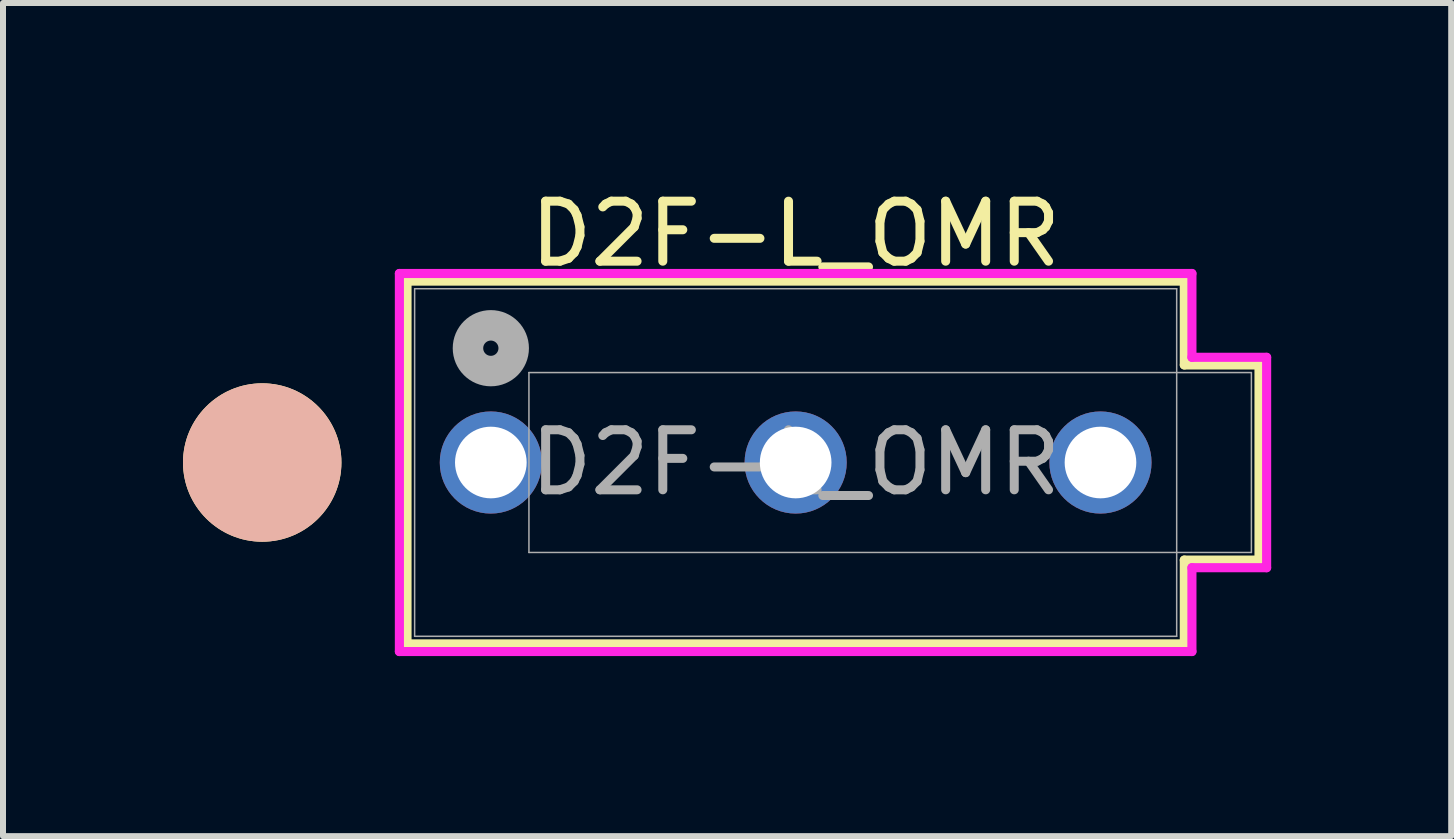
<source format=kicad_pcb>
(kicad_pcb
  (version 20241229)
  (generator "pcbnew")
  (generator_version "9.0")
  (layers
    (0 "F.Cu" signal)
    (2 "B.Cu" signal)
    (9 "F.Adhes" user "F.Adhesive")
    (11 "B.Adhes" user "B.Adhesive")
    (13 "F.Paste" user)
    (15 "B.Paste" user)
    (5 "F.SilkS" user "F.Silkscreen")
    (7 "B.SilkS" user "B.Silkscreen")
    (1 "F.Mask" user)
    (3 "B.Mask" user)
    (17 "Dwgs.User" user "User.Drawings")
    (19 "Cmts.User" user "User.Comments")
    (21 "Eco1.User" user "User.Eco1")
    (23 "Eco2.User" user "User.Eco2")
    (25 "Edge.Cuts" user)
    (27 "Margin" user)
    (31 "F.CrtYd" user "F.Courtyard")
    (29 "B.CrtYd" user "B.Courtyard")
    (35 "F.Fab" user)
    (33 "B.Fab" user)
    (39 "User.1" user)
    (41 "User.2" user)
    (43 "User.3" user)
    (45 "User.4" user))
  (footprint "D2F-L_OMR"
    (layer "F.Cu")
    (at 5.13 4.658)
    (property "Reference" "D2F-L_OMR" (at 5.08 -3.81 0) (unlocked yes) (layer "F.SilkS") (effects (font (size 1 1) (thickness 0.15))))
    (attr through_hole)
    (fp_line (start -1.397 -3.023) (end 11.557 -3.023) (stroke (width 0.152) (type solid)) (layer "F.SilkS"))
    (fp_line (start -1.397 3.023) (end -1.397 -3.023) (stroke (width 0.152) (type solid)) (layer "F.SilkS"))
    (fp_line (start 11.557 -3.023) (end 11.557 -1.626) (stroke (width 0.152) (type solid)) (layer "F.SilkS"))
    (fp_line (start 11.557 -1.626) (end 12.802 -1.626) (stroke (width 0.152) (type solid)) (layer "F.SilkS"))
    (fp_line (start 11.557 1.626) (end 11.557 3.023) (stroke (width 0.152) (type solid)) (layer "F.SilkS"))
    (fp_line (start 11.557 3.023) (end -1.397 3.023) (stroke (width 0.152) (type solid)) (layer "F.SilkS"))
    (fp_line (start 12.802 -1.626) (end 12.802 1.626) (stroke (width 0.152) (type solid)) (layer "F.SilkS"))
    (fp_line (start 12.802 1.626) (end 11.557 1.626) (stroke (width 0.152) (type solid)) (layer "F.SilkS"))
    (fp_circle (center -3.81 0) (end -3.81 -1.27) (stroke (width 0.1) (type solid)) (fill yes) (layer "F.SilkS"))
    (fp_circle (center -3.81 0) (end -2.54 0) (stroke (width 0.1) (type solid)) (fill yes) (layer "B.SilkS"))
    (fp_line (start -1.524 -3.15) (end -1.524 3.15) (stroke (width 0.152) (type solid)) (layer "F.CrtYd"))
    (fp_line (start -1.524 3.15) (end 11.684 3.15) (stroke (width 0.152) (type solid)) (layer "F.CrtYd"))
    (fp_line (start 11.684 -3.15) (end -1.524 -3.15) (stroke (width 0.152) (type solid)) (layer "F.CrtYd"))
    (fp_line (start 11.684 -1.753) (end 11.684 -3.15) (stroke (width 0.152) (type solid)) (layer "F.CrtYd"))
    (fp_line (start 11.684 1.753) (end 12.929 1.753) (stroke (width 0.152) (type solid)) (layer "F.CrtYd"))
    (fp_line (start 11.684 3.15) (end 11.684 1.753) (stroke (width 0.152) (type solid)) (layer "F.CrtYd"))
    (fp_line (start 12.929 -1.753) (end 11.684 -1.753) (stroke (width 0.152) (type solid)) (layer "F.CrtYd"))
    (fp_line (start 12.929 1.753) (end 12.929 -1.753) (stroke (width 0.152) (type solid)) (layer "F.CrtYd"))
    (fp_line (start -1.27 -2.896) (end -1.27 2.896) (stroke (width 0.025) (type solid)) (layer "F.Fab"))
    (fp_line (start -1.27 2.896) (end 11.43 2.896) (stroke (width 0.025) (type solid)) (layer "F.Fab"))
    (fp_line (start 0.635 -1.499) (end 12.675 -1.499) (stroke (width 0.025) (type solid)) (layer "F.Fab"))
    (fp_line (start 0.635 1.499) (end 0.635 -1.499) (stroke (width 0.025) (type solid)) (layer "F.Fab"))
    (fp_line (start 11.43 -2.896) (end -1.27 -2.896) (stroke (width 0.025) (type solid)) (layer "F.Fab"))
    (fp_line (start 11.43 2.896) (end 11.43 -2.896) (stroke (width 0.025) (type solid)) (layer "F.Fab"))
    (fp_line (start 12.675 -1.499) (end 12.675 1.499) (stroke (width 0.025) (type solid)) (layer "F.Fab"))
    (fp_line (start 12.675 1.499) (end 0.635 1.499) (stroke (width 0.025) (type solid)) (layer "F.Fab"))
    (fp_circle (center 0 -1.905) (end 0.381 -1.905) (stroke (width 0.508) (type solid)) (fill no) (layer "F.Fab"))
    (fp_text user "${REFERENCE}" (at 5.08 0 0) (unlocked yes) (layer "F.Fab") (effects (font (size 1 1) (thickness 0.15))))
    (pad "1" thru_hole circle (at 0 0) (size 1.702 1.702) (drill 1.194) (layers "*.Cu" "*.Mask"))
    (pad "2" thru_hole circle (at 5.08 0) (size 1.702 1.702) (drill 1.194) (layers "*.Cu" "*.Mask"))
    (pad "3" thru_hole circle (at 10.16 0) (size 1.702 1.702) (drill 1.194) (layers "*.Cu" "*.Mask")))
  (gr_rect
    (start -3 -3)
    (end 21.135 10.884)
    (stroke (width 0.1) (type default))
    (fill no)
    (layer "Edge.Cuts")))
</source>
